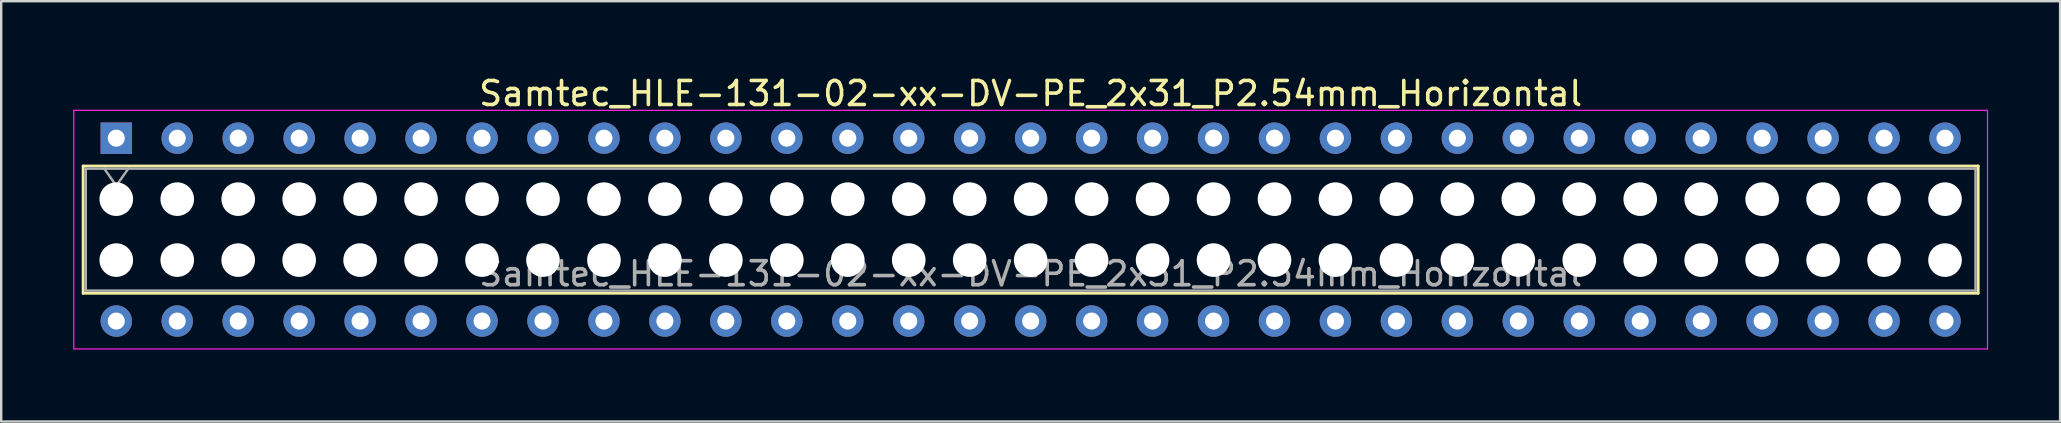
<source format=kicad_pcb>
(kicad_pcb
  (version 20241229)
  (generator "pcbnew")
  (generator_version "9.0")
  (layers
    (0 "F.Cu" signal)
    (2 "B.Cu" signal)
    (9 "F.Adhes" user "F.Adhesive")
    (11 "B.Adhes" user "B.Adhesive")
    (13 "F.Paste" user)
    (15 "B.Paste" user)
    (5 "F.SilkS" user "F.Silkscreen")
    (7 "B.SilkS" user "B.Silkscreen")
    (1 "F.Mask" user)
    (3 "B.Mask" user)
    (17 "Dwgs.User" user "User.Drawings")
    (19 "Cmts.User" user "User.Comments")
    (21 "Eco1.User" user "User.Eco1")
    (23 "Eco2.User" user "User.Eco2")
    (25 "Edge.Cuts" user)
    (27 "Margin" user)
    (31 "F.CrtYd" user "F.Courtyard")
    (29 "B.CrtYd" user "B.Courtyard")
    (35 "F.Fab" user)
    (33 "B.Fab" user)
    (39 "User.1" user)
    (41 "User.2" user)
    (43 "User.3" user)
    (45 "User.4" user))
  (footprint "Samtec_HLE-131-02-xx-DV-PE_2x31_P2.54mm_Horizontal"
    (layer "F.Cu")
    (at 1.795 2.708)
    (property "Reference" "Samtec_HLE-131-02-xx-DV-PE_2x31_P2.54mm_Horizontal" (at 38.1 -1.86 0) (layer "F.SilkS") (effects (font (size 1 1) (thickness 0.15))))
    (attr through_hole)
    (fp_line (start -1.38 1.16) (end 77.58 1.16) (stroke (width 0.12) (type solid)) (layer "F.SilkS"))
    (fp_line (start -1.38 6.46) (end -1.38 1.16) (stroke (width 0.12) (type solid)) (layer "F.SilkS"))
    (fp_line (start 77.58 1.16) (end 77.58 6.46) (stroke (width 0.12) (type solid)) (layer "F.SilkS"))
    (fp_line (start 77.58 6.46) (end -1.38 6.46) (stroke (width 0.12) (type solid)) (layer "F.SilkS"))
    (fp_line (start -1.77 -1.16) (end 77.97 -1.16) (stroke (width 0.05) (type solid)) (layer "F.CrtYd"))
    (fp_line (start -1.77 8.78) (end -1.77 -1.16) (stroke (width 0.05) (type solid)) (layer "F.CrtYd"))
    (fp_line (start 77.97 -1.16) (end 77.97 8.78) (stroke (width 0.05) (type solid)) (layer "F.CrtYd"))
    (fp_line (start 77.97 8.78) (end -1.77 8.78) (stroke (width 0.05) (type solid)) (layer "F.CrtYd"))
    (fp_line (start -1.27 1.27) (end 77.47 1.27) (stroke (width 0.1) (type solid)) (layer "F.Fab"))
    (fp_line (start -1.27 6.35) (end -1.27 1.27) (stroke (width 0.1) (type solid)) (layer "F.Fab"))
    (fp_line (start -0.5 1.27) (end 0 1.977) (stroke (width 0.1) (type solid)) (layer "F.Fab"))
    (fp_line (start 0 1.977) (end 0.5 1.27) (stroke (width 0.1) (type solid)) (layer "F.Fab"))
    (fp_line (start 77.47 1.27) (end 77.47 6.35) (stroke (width 0.1) (type solid)) (layer "F.Fab"))
    (fp_line (start 77.47 6.35) (end -1.27 6.35) (stroke (width 0.1) (type solid)) (layer "F.Fab"))
    (fp_text user "${REFERENCE}" (at 38.1 5.65 0) (layer "F.Fab") (effects (font (size 1 1) (thickness 0.15))))
    (pad "" np_thru_hole circle (at 0 2.54) (size 1.4 1.4) (drill 1.4) (layers "*.Cu" "*.Mask"))
    (pad "" np_thru_hole circle (at 0 5.08) (size 1.4 1.4) (drill 1.4) (layers "*.Cu" "*.Mask"))
    (pad "" np_thru_hole circle (at 2.54 2.54) (size 1.4 1.4) (drill 1.4) (layers "*.Cu" "*.Mask"))
    (pad "" np_thru_hole circle (at 2.54 5.08) (size 1.4 1.4) (drill 1.4) (layers "*.Cu" "*.Mask"))
    (pad "" np_thru_hole circle (at 5.08 2.54) (size 1.4 1.4) (drill 1.4) (layers "*.Cu" "*.Mask"))
    (pad "" np_thru_hole circle (at 5.08 5.08) (size 1.4 1.4) (drill 1.4) (layers "*.Cu" "*.Mask"))
    (pad "" np_thru_hole circle (at 7.62 2.54) (size 1.4 1.4) (drill 1.4) (layers "*.Cu" "*.Mask"))
    (pad "" np_thru_hole circle (at 7.62 5.08) (size 1.4 1.4) (drill 1.4) (layers "*.Cu" "*.Mask"))
    (pad "" np_thru_hole circle (at 10.16 2.54) (size 1.4 1.4) (drill 1.4) (layers "*.Cu" "*.Mask"))
    (pad "" np_thru_hole circle (at 10.16 5.08) (size 1.4 1.4) (drill 1.4) (layers "*.Cu" "*.Mask"))
    (pad "" np_thru_hole circle (at 12.7 2.54) (size 1.4 1.4) (drill 1.4) (layers "*.Cu" "*.Mask"))
    (pad "" np_thru_hole circle (at 12.7 5.08) (size 1.4 1.4) (drill 1.4) (layers "*.Cu" "*.Mask"))
    (pad "" np_thru_hole circle (at 15.24 2.54) (size 1.4 1.4) (drill 1.4) (layers "*.Cu" "*.Mask"))
    (pad "" np_thru_hole circle (at 15.24 5.08) (size 1.4 1.4) (drill 1.4) (layers "*.Cu" "*.Mask"))
    (pad "" np_thru_hole circle (at 17.78 2.54) (size 1.4 1.4) (drill 1.4) (layers "*.Cu" "*.Mask"))
    (pad "" np_thru_hole circle (at 17.78 5.08) (size 1.4 1.4) (drill 1.4) (layers "*.Cu" "*.Mask"))
    (pad "" np_thru_hole circle (at 20.32 2.54) (size 1.4 1.4) (drill 1.4) (layers "*.Cu" "*.Mask"))
    (pad "" np_thru_hole circle (at 20.32 5.08) (size 1.4 1.4) (drill 1.4) (layers "*.Cu" "*.Mask"))
    (pad "" np_thru_hole circle (at 22.86 2.54) (size 1.4 1.4) (drill 1.4) (layers "*.Cu" "*.Mask"))
    (pad "" np_thru_hole circle (at 22.86 5.08) (size 1.4 1.4) (drill 1.4) (layers "*.Cu" "*.Mask"))
    (pad "" np_thru_hole circle (at 25.4 2.54) (size 1.4 1.4) (drill 1.4) (layers "*.Cu" "*.Mask"))
    (pad "" np_thru_hole circle (at 25.4 5.08) (size 1.4 1.4) (drill 1.4) (layers "*.Cu" "*.Mask"))
    (pad "" np_thru_hole circle (at 27.94 2.54) (size 1.4 1.4) (drill 1.4) (layers "*.Cu" "*.Mask"))
    (pad "" np_thru_hole circle (at 27.94 5.08) (size 1.4 1.4) (drill 1.4) (layers "*.Cu" "*.Mask"))
    (pad "" np_thru_hole circle (at 30.48 2.54) (size 1.4 1.4) (drill 1.4) (layers "*.Cu" "*.Mask"))
    (pad "" np_thru_hole circle (at 30.48 5.08) (size 1.4 1.4) (drill 1.4) (layers "*.Cu" "*.Mask"))
    (pad "" np_thru_hole circle (at 33.02 2.54) (size 1.4 1.4) (drill 1.4) (layers "*.Cu" "*.Mask"))
    (pad "" np_thru_hole circle (at 33.02 5.08) (size 1.4 1.4) (drill 1.4) (layers "*.Cu" "*.Mask"))
    (pad "" np_thru_hole circle (at 35.56 2.54) (size 1.4 1.4) (drill 1.4) (layers "*.Cu" "*.Mask"))
    (pad "" np_thru_hole circle (at 35.56 5.08) (size 1.4 1.4) (drill 1.4) (layers "*.Cu" "*.Mask"))
    (pad "" np_thru_hole circle (at 38.1 2.54) (size 1.4 1.4) (drill 1.4) (layers "*.Cu" "*.Mask"))
    (pad "" np_thru_hole circle (at 38.1 5.08) (size 1.4 1.4) (drill 1.4) (layers "*.Cu" "*.Mask"))
    (pad "" np_thru_hole circle (at 40.64 2.54) (size 1.4 1.4) (drill 1.4) (layers "*.Cu" "*.Mask"))
    (pad "" np_thru_hole circle (at 40.64 5.08) (size 1.4 1.4) (drill 1.4) (layers "*.Cu" "*.Mask"))
    (pad "" np_thru_hole circle (at 43.18 2.54) (size 1.4 1.4) (drill 1.4) (layers "*.Cu" "*.Mask"))
    (pad "" np_thru_hole circle (at 43.18 5.08) (size 1.4 1.4) (drill 1.4) (layers "*.Cu" "*.Mask"))
    (pad "" np_thru_hole circle (at 45.72 2.54) (size 1.4 1.4) (drill 1.4) (layers "*.Cu" "*.Mask"))
    (pad "" np_thru_hole circle (at 45.72 5.08) (size 1.4 1.4) (drill 1.4) (layers "*.Cu" "*.Mask"))
    (pad "" np_thru_hole circle (at 48.26 2.54) (size 1.4 1.4) (drill 1.4) (layers "*.Cu" "*.Mask"))
    (pad "" np_thru_hole circle (at 48.26 5.08) (size 1.4 1.4) (drill 1.4) (layers "*.Cu" "*.Mask"))
    (pad "" np_thru_hole circle (at 50.8 2.54) (size 1.4 1.4) (drill 1.4) (layers "*.Cu" "*.Mask"))
    (pad "" np_thru_hole circle (at 50.8 5.08) (size 1.4 1.4) (drill 1.4) (layers "*.Cu" "*.Mask"))
    (pad "" np_thru_hole circle (at 53.34 2.54) (size 1.4 1.4) (drill 1.4) (layers "*.Cu" "*.Mask"))
    (pad "" np_thru_hole circle (at 53.34 5.08) (size 1.4 1.4) (drill 1.4) (layers "*.Cu" "*.Mask"))
    (pad "" np_thru_hole circle (at 55.88 2.54) (size 1.4 1.4) (drill 1.4) (layers "*.Cu" "*.Mask"))
    (pad "" np_thru_hole circle (at 55.88 5.08) (size 1.4 1.4) (drill 1.4) (layers "*.Cu" "*.Mask"))
    (pad "" np_thru_hole circle (at 58.42 2.54) (size 1.4 1.4) (drill 1.4) (layers "*.Cu" "*.Mask"))
    (pad "" np_thru_hole circle (at 58.42 5.08) (size 1.4 1.4) (drill 1.4) (layers "*.Cu" "*.Mask"))
    (pad "" np_thru_hole circle (at 60.96 2.54) (size 1.4 1.4) (drill 1.4) (layers "*.Cu" "*.Mask"))
    (pad "" np_thru_hole circle (at 60.96 5.08) (size 1.4 1.4) (drill 1.4) (layers "*.Cu" "*.Mask"))
    (pad "" np_thru_hole circle (at 63.5 2.54) (size 1.4 1.4) (drill 1.4) (layers "*.Cu" "*.Mask"))
    (pad "" np_thru_hole circle (at 63.5 5.08) (size 1.4 1.4) (drill 1.4) (layers "*.Cu" "*.Mask"))
    (pad "" np_thru_hole circle (at 66.04 2.54) (size 1.4 1.4) (drill 1.4) (layers "*.Cu" "*.Mask"))
    (pad "" np_thru_hole circle (at 66.04 5.08) (size 1.4 1.4) (drill 1.4) (layers "*.Cu" "*.Mask"))
    (pad "" np_thru_hole circle (at 68.58 2.54) (size 1.4 1.4) (drill 1.4) (layers "*.Cu" "*.Mask"))
    (pad "" np_thru_hole circle (at 68.58 5.08) (size 1.4 1.4) (drill 1.4) (layers "*.Cu" "*.Mask"))
    (pad "" np_thru_hole circle (at 71.12 2.54) (size 1.4 1.4) (drill 1.4) (layers "*.Cu" "*.Mask"))
    (pad "" np_thru_hole circle (at 71.12 5.08) (size 1.4 1.4) (drill 1.4) (layers "*.Cu" "*.Mask"))
    (pad "" np_thru_hole circle (at 73.66 2.54) (size 1.4 1.4) (drill 1.4) (layers "*.Cu" "*.Mask"))
    (pad "" np_thru_hole circle (at 73.66 5.08) (size 1.4 1.4) (drill 1.4) (layers "*.Cu" "*.Mask"))
    (pad "" np_thru_hole circle (at 76.2 2.54) (size 1.4 1.4) (drill 1.4) (layers "*.Cu" "*.Mask"))
    (pad "" np_thru_hole circle (at 76.2 5.08) (size 1.4 1.4) (drill 1.4) (layers "*.Cu" "*.Mask"))
    (pad "1" thru_hole rect (at 0 0) (size 1.31 1.31) (drill 0.71) (layers "*.Cu" "*.Mask"))
    (pad "2" thru_hole circle (at 0 7.62) (size 1.31 1.31) (drill 0.71) (layers "*.Cu" "*.Mask"))
    (pad "3" thru_hole circle (at 2.54 0) (size 1.31 1.31) (drill 0.71) (layers "*.Cu" "*.Mask"))
    (pad "4" thru_hole circle (at 2.54 7.62) (size 1.31 1.31) (drill 0.71) (layers "*.Cu" "*.Mask"))
    (pad "5" thru_hole circle (at 5.08 0) (size 1.31 1.31) (drill 0.71) (layers "*.Cu" "*.Mask"))
    (pad "6" thru_hole circle (at 5.08 7.62) (size 1.31 1.31) (drill 0.71) (layers "*.Cu" "*.Mask"))
    (pad "7" thru_hole circle (at 7.62 0) (size 1.31 1.31) (drill 0.71) (layers "*.Cu" "*.Mask"))
    (pad "8" thru_hole circle (at 7.62 7.62) (size 1.31 1.31) (drill 0.71) (layers "*.Cu" "*.Mask"))
    (pad "9" thru_hole circle (at 10.16 0) (size 1.31 1.31) (drill 0.71) (layers "*.Cu" "*.Mask"))
    (pad "10" thru_hole circle (at 10.16 7.62) (size 1.31 1.31) (drill 0.71) (layers "*.Cu" "*.Mask"))
    (pad "11" thru_hole circle (at 12.7 0) (size 1.31 1.31) (drill 0.71) (layers "*.Cu" "*.Mask"))
    (pad "12" thru_hole circle (at 12.7 7.62) (size 1.31 1.31) (drill 0.71) (layers "*.Cu" "*.Mask"))
    (pad "13" thru_hole circle (at 15.24 0) (size 1.31 1.31) (drill 0.71) (layers "*.Cu" "*.Mask"))
    (pad "14" thru_hole circle (at 15.24 7.62) (size 1.31 1.31) (drill 0.71) (layers "*.Cu" "*.Mask"))
    (pad "15" thru_hole circle (at 17.78 0) (size 1.31 1.31) (drill 0.71) (layers "*.Cu" "*.Mask"))
    (pad "16" thru_hole circle (at 17.78 7.62) (size 1.31 1.31) (drill 0.71) (layers "*.Cu" "*.Mask"))
    (pad "17" thru_hole circle (at 20.32 0) (size 1.31 1.31) (drill 0.71) (layers "*.Cu" "*.Mask"))
    (pad "18" thru_hole circle (at 20.32 7.62) (size 1.31 1.31) (drill 0.71) (layers "*.Cu" "*.Mask"))
    (pad "19" thru_hole circle (at 22.86 0) (size 1.31 1.31) (drill 0.71) (layers "*.Cu" "*.Mask"))
    (pad "20" thru_hole circle (at 22.86 7.62) (size 1.31 1.31) (drill 0.71) (layers "*.Cu" "*.Mask"))
    (pad "21" thru_hole circle (at 25.4 0) (size 1.31 1.31) (drill 0.71) (layers "*.Cu" "*.Mask"))
    (pad "22" thru_hole circle (at 25.4 7.62) (size 1.31 1.31) (drill 0.71) (layers "*.Cu" "*.Mask"))
    (pad "23" thru_hole circle (at 27.94 0) (size 1.31 1.31) (drill 0.71) (layers "*.Cu" "*.Mask"))
    (pad "24" thru_hole circle (at 27.94 7.62) (size 1.31 1.31) (drill 0.71) (layers "*.Cu" "*.Mask"))
    (pad "25" thru_hole circle (at 30.48 0) (size 1.31 1.31) (drill 0.71) (layers "*.Cu" "*.Mask"))
    (pad "26" thru_hole circle (at 30.48 7.62) (size 1.31 1.31) (drill 0.71) (layers "*.Cu" "*.Mask"))
    (pad "27" thru_hole circle (at 33.02 0) (size 1.31 1.31) (drill 0.71) (layers "*.Cu" "*.Mask"))
    (pad "28" thru_hole circle (at 33.02 7.62) (size 1.31 1.31) (drill 0.71) (layers "*.Cu" "*.Mask"))
    (pad "29" thru_hole circle (at 35.56 0) (size 1.31 1.31) (drill 0.71) (layers "*.Cu" "*.Mask"))
    (pad "30" thru_hole circle (at 35.56 7.62) (size 1.31 1.31) (drill 0.71) (layers "*.Cu" "*.Mask"))
    (pad "31" thru_hole circle (at 38.1 0) (size 1.31 1.31) (drill 0.71) (layers "*.Cu" "*.Mask"))
    (pad "32" thru_hole circle (at 38.1 7.62) (size 1.31 1.31) (drill 0.71) (layers "*.Cu" "*.Mask"))
    (pad "33" thru_hole circle (at 40.64 0) (size 1.31 1.31) (drill 0.71) (layers "*.Cu" "*.Mask"))
    (pad "34" thru_hole circle (at 40.64 7.62) (size 1.31 1.31) (drill 0.71) (layers "*.Cu" "*.Mask"))
    (pad "35" thru_hole circle (at 43.18 0) (size 1.31 1.31) (drill 0.71) (layers "*.Cu" "*.Mask"))
    (pad "36" thru_hole circle (at 43.18 7.62) (size 1.31 1.31) (drill 0.71) (layers "*.Cu" "*.Mask"))
    (pad "37" thru_hole circle (at 45.72 0) (size 1.31 1.31) (drill 0.71) (layers "*.Cu" "*.Mask"))
    (pad "38" thru_hole circle (at 45.72 7.62) (size 1.31 1.31) (drill 0.71) (layers "*.Cu" "*.Mask"))
    (pad "39" thru_hole circle (at 48.26 0) (size 1.31 1.31) (drill 0.71) (layers "*.Cu" "*.Mask"))
    (pad "40" thru_hole circle (at 48.26 7.62) (size 1.31 1.31) (drill 0.71) (layers "*.Cu" "*.Mask"))
    (pad "41" thru_hole circle (at 50.8 0) (size 1.31 1.31) (drill 0.71) (layers "*.Cu" "*.Mask"))
    (pad "42" thru_hole circle (at 50.8 7.62) (size 1.31 1.31) (drill 0.71) (layers "*.Cu" "*.Mask"))
    (pad "43" thru_hole circle (at 53.34 0) (size 1.31 1.31) (drill 0.71) (layers "*.Cu" "*.Mask"))
    (pad "44" thru_hole circle (at 53.34 7.62) (size 1.31 1.31) (drill 0.71) (layers "*.Cu" "*.Mask"))
    (pad "45" thru_hole circle (at 55.88 0) (size 1.31 1.31) (drill 0.71) (layers "*.Cu" "*.Mask"))
    (pad "46" thru_hole circle (at 55.88 7.62) (size 1.31 1.31) (drill 0.71) (layers "*.Cu" "*.Mask"))
    (pad "47" thru_hole circle (at 58.42 0) (size 1.31 1.31) (drill 0.71) (layers "*.Cu" "*.Mask"))
    (pad "48" thru_hole circle (at 58.42 7.62) (size 1.31 1.31) (drill 0.71) (layers "*.Cu" "*.Mask"))
    (pad "49" thru_hole circle (at 60.96 0) (size 1.31 1.31) (drill 0.71) (layers "*.Cu" "*.Mask"))
    (pad "50" thru_hole circle (at 60.96 7.62) (size 1.31 1.31) (drill 0.71) (layers "*.Cu" "*.Mask"))
    (pad "51" thru_hole circle (at 63.5 0) (size 1.31 1.31) (drill 0.71) (layers "*.Cu" "*.Mask"))
    (pad "52" thru_hole circle (at 63.5 7.62) (size 1.31 1.31) (drill 0.71) (layers "*.Cu" "*.Mask"))
    (pad "53" thru_hole circle (at 66.04 0) (size 1.31 1.31) (drill 0.71) (layers "*.Cu" "*.Mask"))
    (pad "54" thru_hole circle (at 66.04 7.62) (size 1.31 1.31) (drill 0.71) (layers "*.Cu" "*.Mask"))
    (pad "55" thru_hole circle (at 68.58 0) (size 1.31 1.31) (drill 0.71) (layers "*.Cu" "*.Mask"))
    (pad "56" thru_hole circle (at 68.58 7.62) (size 1.31 1.31) (drill 0.71) (layers "*.Cu" "*.Mask"))
    (pad "57" thru_hole circle (at 71.12 0) (size 1.31 1.31) (drill 0.71) (layers "*.Cu" "*.Mask"))
    (pad "58" thru_hole circle (at 71.12 7.62) (size 1.31 1.31) (drill 0.71) (layers "*.Cu" "*.Mask"))
    (pad "59" thru_hole circle (at 73.66 0) (size 1.31 1.31) (drill 0.71) (layers "*.Cu" "*.Mask"))
    (pad "60" thru_hole circle (at 73.66 7.62) (size 1.31 1.31) (drill 0.71) (layers "*.Cu" "*.Mask"))
    (pad "61" thru_hole circle (at 76.2 0) (size 1.31 1.31) (drill 0.71) (layers "*.Cu" "*.Mask"))
    (pad "62" thru_hole circle (at 76.2 7.62) (size 1.31 1.31) (drill 0.71) (layers "*.Cu" "*.Mask")))
  (gr_rect
    (start -3 -3)
    (end 82.79 14.513)
    (stroke (width 0.1) (type default))
    (fill no)
    (layer "Edge.Cuts")))
</source>
